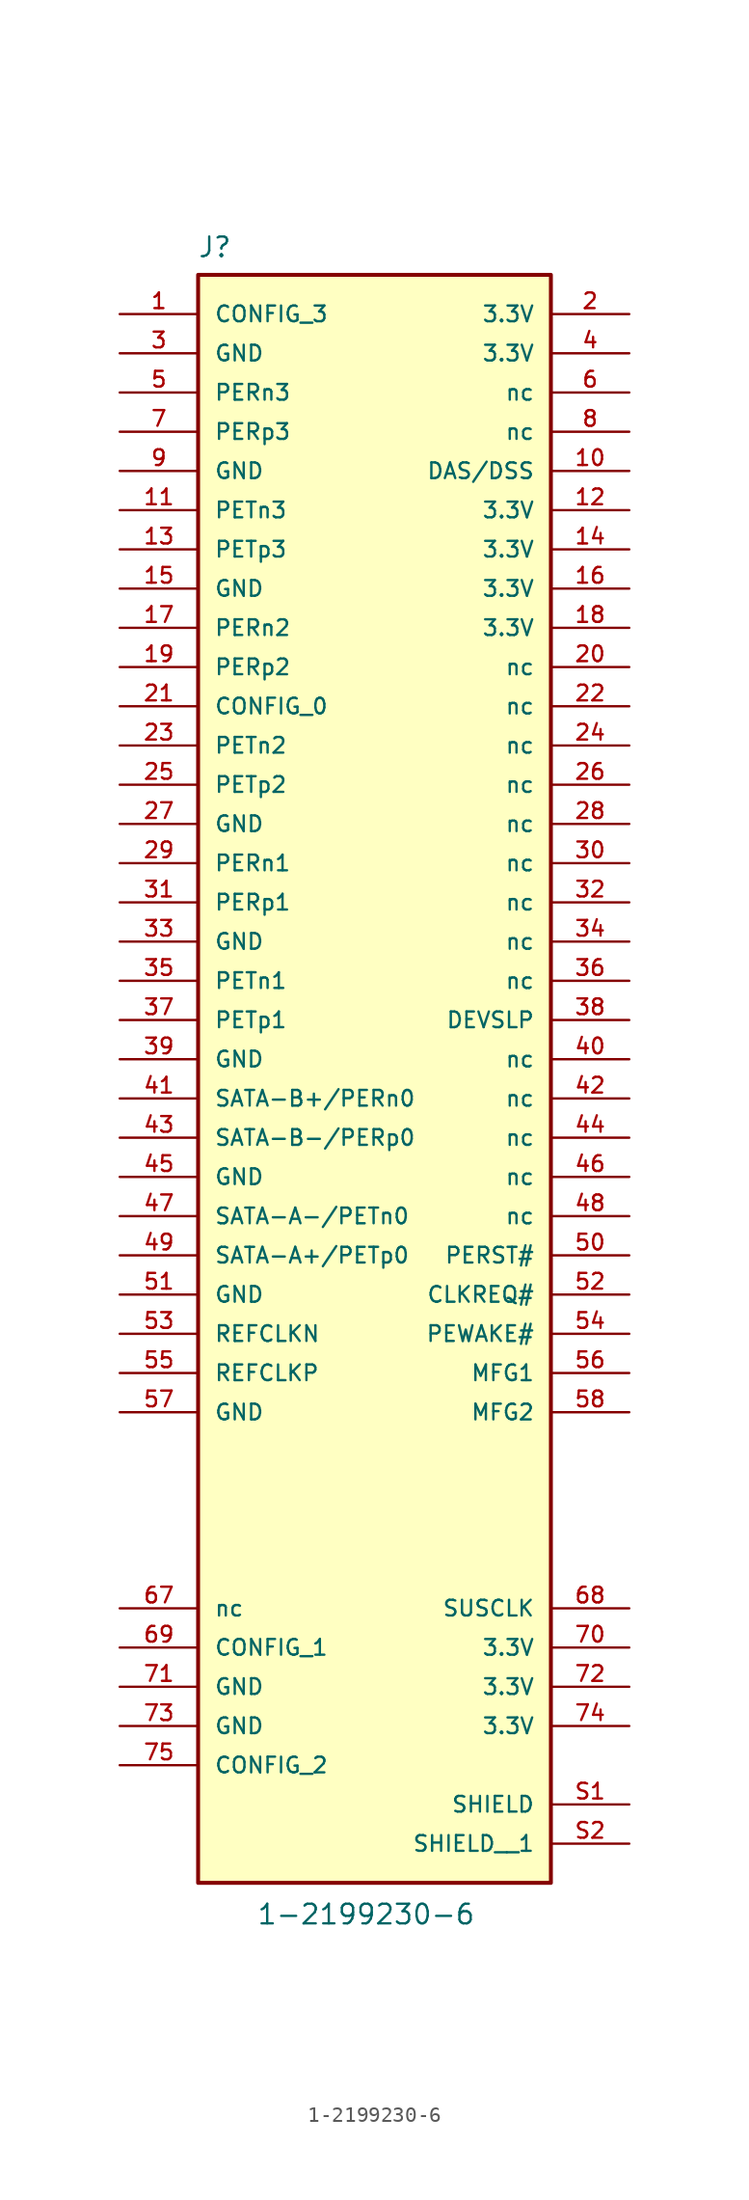
<source format=kicad_sym>
(kicad_symbol_lib
  (version 20231120)
  (generator "kicad_symbol_editor")
  (generator_version "8.0")
  (symbol "1-2199230-6"
    (pin_names
      (offset 1.016))
    (property "Reference" "J"
      (at -11.475 51.849 0)
      (effects (font (size 1.27 1.27)) (justify left bottom)))
    (property "Value" "1-2199230-6"
      (at -7.658 -56.124 0)
      (effects (font (size 1.27 1.27)) (justify left bottom)))
    (symbol "1-2199230-6_0_0"
      (rectangle (start -11.43 50.8) (end 11.43 -53.34) (stroke (width 0.254) (type default)) (fill (type background)))
      (pin passive line (at 16.51 -48.26 180) (length 5.08) (name "SHIELD" (effects (font (size 1.016 1.016)))) (number "S1" (effects (font (size 1.016 1.016)))))
      (pin passive line (at 16.51 -50.8 180) (length 5.08) (name "SHIELD__1" (effects (font (size 1.016 1.016)))) (number "S2" (effects (font (size 1.016 1.016))))))
    (symbol "1-2199230-6_1_0"
      (pin passive line (at -16.51 48.26 0) (length 5.08) (name "CONFIG_3" (effects (font (size 1.016 1.016)))) (number "1" (effects (font (size 1.016 1.016)))))
      (pin passive line (at 16.51 38.1 180) (length 5.08) (name "DAS/DSS" (effects (font (size 1.016 1.016)))) (number "10" (effects (font (size 1.016 1.016)))))
      (pin passive line (at -16.51 35.56 0) (length 5.08) (name "PETn3" (effects (font (size 1.016 1.016)))) (number "11" (effects (font (size 1.016 1.016)))))
      (pin passive line (at 16.51 35.56 180) (length 5.08) (name "3.3V" (effects (font (size 1.016 1.016)))) (number "12" (effects (font (size 1.016 1.016)))))
      (pin passive line (at -16.51 33.02 0) (length 5.08) (name "PETp3" (effects (font (size 1.016 1.016)))) (number "13" (effects (font (size 1.016 1.016)))))
      (pin passive line (at 16.51 33.02 180) (length 5.08) (name "3.3V" (effects (font (size 1.016 1.016)))) (number "14" (effects (font (size 1.016 1.016)))))
      (pin passive line (at -16.51 30.48 0) (length 5.08) (name "GND" (effects (font (size 1.016 1.016)))) (number "15" (effects (font (size 1.016 1.016)))))
      (pin passive line (at 16.51 30.48 180) (length 5.08) (name "3.3V" (effects (font (size 1.016 1.016)))) (number "16" (effects (font (size 1.016 1.016)))))
      (pin passive line (at -16.51 27.94 0) (length 5.08) (name "PERn2" (effects (font (size 1.016 1.016)))) (number "17" (effects (font (size 1.016 1.016)))))
      (pin passive line (at 16.51 27.94 180) (length 5.08) (name "3.3V" (effects (font (size 1.016 1.016)))) (number "18" (effects (font (size 1.016 1.016)))))
      (pin passive line (at -16.51 25.4 0) (length 5.08) (name "PERp2" (effects (font (size 1.016 1.016)))) (number "19" (effects (font (size 1.016 1.016)))))
      (pin passive line (at 16.51 48.26 180) (length 5.08) (name "3.3V" (effects (font (size 1.016 1.016)))) (number "2" (effects (font (size 1.016 1.016)))))
      (pin passive line (at 16.51 25.4 180) (length 5.08) (name "nc" (effects (font (size 1.016 1.016)))) (number "20" (effects (font (size 1.016 1.016)))))
      (pin passive line (at -16.51 22.86 0) (length 5.08) (name "CONFIG_0" (effects (font (size 1.016 1.016)))) (number "21" (effects (font (size 1.016 1.016)))))
      (pin passive line (at 16.51 22.86 180) (length 5.08) (name "nc" (effects (font (size 1.016 1.016)))) (number "22" (effects (font (size 1.016 1.016)))))
      (pin passive line (at -16.51 20.32 0) (length 5.08) (name "PETn2" (effects (font (size 1.016 1.016)))) (number "23" (effects (font (size 1.016 1.016)))))
      (pin passive line (at 16.51 20.32 180) (length 5.08) (name "nc" (effects (font (size 1.016 1.016)))) (number "24" (effects (font (size 1.016 1.016)))))
      (pin passive line (at -16.51 17.78 0) (length 5.08) (name "PETp2" (effects (font (size 1.016 1.016)))) (number "25" (effects (font (size 1.016 1.016)))))
      (pin passive line (at 16.51 17.78 180) (length 5.08) (name "nc" (effects (font (size 1.016 1.016)))) (number "26" (effects (font (size 1.016 1.016)))))
      (pin passive line (at -16.51 15.24 0) (length 5.08) (name "GND" (effects (font (size 1.016 1.016)))) (number "27" (effects (font (size 1.016 1.016)))))
      (pin passive line (at 16.51 15.24 180) (length 5.08) (name "nc" (effects (font (size 1.016 1.016)))) (number "28" (effects (font (size 1.016 1.016)))))
      (pin passive line (at -16.51 12.7 0) (length 5.08) (name "PERn1" (effects (font (size 1.016 1.016)))) (number "29" (effects (font (size 1.016 1.016)))))
      (pin passive line (at -16.51 45.72 0) (length 5.08) (name "GND" (effects (font (size 1.016 1.016)))) (number "3" (effects (font (size 1.016 1.016)))))
      (pin passive line (at 16.51 12.7 180) (length 5.08) (name "nc" (effects (font (size 1.016 1.016)))) (number "30" (effects (font (size 1.016 1.016)))))
      (pin passive line (at -16.51 10.16 0) (length 5.08) (name "PERp1" (effects (font (size 1.016 1.016)))) (number "31" (effects (font (size 1.016 1.016)))))
      (pin passive line (at 16.51 10.16 180) (length 5.08) (name "nc" (effects (font (size 1.016 1.016)))) (number "32" (effects (font (size 1.016 1.016)))))
      (pin passive line (at -16.51 7.62 0) (length 5.08) (name "GND" (effects (font (size 1.016 1.016)))) (number "33" (effects (font (size 1.016 1.016)))))
      (pin passive line (at 16.51 7.62 180) (length 5.08) (name "nc" (effects (font (size 1.016 1.016)))) (number "34" (effects (font (size 1.016 1.016)))))
      (pin passive line (at -16.51 5.08 0) (length 5.08) (name "PETn1" (effects (font (size 1.016 1.016)))) (number "35" (effects (font (size 1.016 1.016)))))
      (pin passive line (at 16.51 5.08 180) (length 5.08) (name "nc" (effects (font (size 1.016 1.016)))) (number "36" (effects (font (size 1.016 1.016)))))
      (pin passive line (at -16.51 2.54 0) (length 5.08) (name "PETp1" (effects (font (size 1.016 1.016)))) (number "37" (effects (font (size 1.016 1.016)))))
      (pin passive line (at 16.51 2.54 180) (length 5.08) (name "DEVSLP" (effects (font (size 1.016 1.016)))) (number "38" (effects (font (size 1.016 1.016)))))
      (pin passive line (at -16.51 0 0) (length 5.08) (name "GND" (effects (font (size 1.016 1.016)))) (number "39" (effects (font (size 1.016 1.016)))))
      (pin passive line (at 16.51 45.72 180) (length 5.08) (name "3.3V" (effects (font (size 1.016 1.016)))) (number "4" (effects (font (size 1.016 1.016)))))
      (pin passive line (at 16.51 0 180) (length 5.08) (name "nc" (effects (font (size 1.016 1.016)))) (number "40" (effects (font (size 1.016 1.016)))))
      (pin passive line (at -16.51 -2.54 0) (length 5.08) (name "SATA-B+/PERn0" (effects (font (size 1.016 1.016)))) (number "41" (effects (font (size 1.016 1.016)))))
      (pin passive line (at 16.51 -2.54 180) (length 5.08) (name "nc" (effects (font (size 1.016 1.016)))) (number "42" (effects (font (size 1.016 1.016)))))
      (pin passive line (at -16.51 -5.08 0) (length 5.08) (name "SATA-B-/PERp0" (effects (font (size 1.016 1.016)))) (number "43" (effects (font (size 1.016 1.016)))))
      (pin passive line (at 16.51 -5.08 180) (length 5.08) (name "nc" (effects (font (size 1.016 1.016)))) (number "44" (effects (font (size 1.016 1.016)))))
      (pin passive line (at -16.51 -7.62 0) (length 5.08) (name "GND" (effects (font (size 1.016 1.016)))) (number "45" (effects (font (size 1.016 1.016)))))
      (pin passive line (at 16.51 -7.62 180) (length 5.08) (name "nc" (effects (font (size 1.016 1.016)))) (number "46" (effects (font (size 1.016 1.016)))))
      (pin passive line (at -16.51 -10.16 0) (length 5.08) (name "SATA-A-/PETn0" (effects (font (size 1.016 1.016)))) (number "47" (effects (font (size 1.016 1.016)))))
      (pin passive line (at 16.51 -10.16 180) (length 5.08) (name "nc" (effects (font (size 1.016 1.016)))) (number "48" (effects (font (size 1.016 1.016)))))
      (pin passive line (at -16.51 -12.7 0) (length 5.08) (name "SATA-A+/PETp0" (effects (font (size 1.016 1.016)))) (number "49" (effects (font (size 1.016 1.016)))))
      (pin passive line (at -16.51 43.18 0) (length 5.08) (name "PERn3" (effects (font (size 1.016 1.016)))) (number "5" (effects (font (size 1.016 1.016)))))
      (pin passive line (at 16.51 -12.7 180) (length 5.08) (name "PERST#" (effects (font (size 1.016 1.016)))) (number "50" (effects (font (size 1.016 1.016)))))
      (pin passive line (at -16.51 -15.24 0) (length 5.08) (name "GND" (effects (font (size 1.016 1.016)))) (number "51" (effects (font (size 1.016 1.016)))))
      (pin passive line (at 16.51 -15.24 180) (length 5.08) (name "CLKREQ#" (effects (font (size 1.016 1.016)))) (number "52" (effects (font (size 1.016 1.016)))))
      (pin passive line (at -16.51 -17.78 0) (length 5.08) (name "REFCLKN" (effects (font (size 1.016 1.016)))) (number "53" (effects (font (size 1.016 1.016)))))
      (pin passive line (at 16.51 -17.78 180) (length 5.08) (name "PEWAKE#" (effects (font (size 1.016 1.016)))) (number "54" (effects (font (size 1.016 1.016)))))
      (pin passive line (at -16.51 -20.32 0) (length 5.08) (name "REFCLKP" (effects (font (size 1.016 1.016)))) (number "55" (effects (font (size 1.016 1.016)))))
      (pin passive line (at 16.51 -20.32 180) (length 5.08) (name "MFG1" (effects (font (size 1.016 1.016)))) (number "56" (effects (font (size 1.016 1.016)))))
      (pin passive line (at -16.51 -22.86 0) (length 5.08) (name "GND" (effects (font (size 1.016 1.016)))) (number "57" (effects (font (size 1.016 1.016)))))
      (pin passive line (at 16.51 -22.86 180) (length 5.08) (name "MFG2" (effects (font (size 1.016 1.016)))) (number "58" (effects (font (size 1.016 1.016)))))
      (pin passive line (at 16.51 43.18 180) (length 5.08) (name "nc" (effects (font (size 1.016 1.016)))) (number "6" (effects (font (size 1.016 1.016)))))
      (pin passive line (at -16.51 -35.56 0) (length 5.08) (name "nc" (effects (font (size 1.016 1.016)))) (number "67" (effects (font (size 1.016 1.016)))))
      (pin passive line (at 16.51 -35.56 180) (length 5.08) (name "SUSCLK" (effects (font (size 1.016 1.016)))) (number "68" (effects (font (size 1.016 1.016)))))
      (pin passive line (at -16.51 -38.1 0) (length 5.08) (name "CONFIG_1" (effects (font (size 1.016 1.016)))) (number "69" (effects (font (size 1.016 1.016)))))
      (pin passive line (at -16.51 40.64 0) (length 5.08) (name "PERp3" (effects (font (size 1.016 1.016)))) (number "7" (effects (font (size 1.016 1.016)))))
      (pin passive line (at 16.51 -38.1 180) (length 5.08) (name "3.3V" (effects (font (size 1.016 1.016)))) (number "70" (effects (font (size 1.016 1.016)))))
      (pin passive line (at -16.51 -40.64 0) (length 5.08) (name "GND" (effects (font (size 1.016 1.016)))) (number "71" (effects (font (size 1.016 1.016)))))
      (pin passive line (at 16.51 -40.64 180) (length 5.08) (name "3.3V" (effects (font (size 1.016 1.016)))) (number "72" (effects (font (size 1.016 1.016)))))
      (pin passive line (at -16.51 -43.18 0) (length 5.08) (name "GND" (effects (font (size 1.016 1.016)))) (number "73" (effects (font (size 1.016 1.016)))))
      (pin passive line (at 16.51 -43.18 180) (length 5.08) (name "3.3V" (effects (font (size 1.016 1.016)))) (number "74" (effects (font (size 1.016 1.016)))))
      (pin passive line (at -16.51 -45.72 0) (length 5.08) (name "CONFIG_2" (effects (font (size 1.016 1.016)))) (number "75" (effects (font (size 1.016 1.016)))))
      (pin passive line (at 16.51 40.64 180) (length 5.08) (name "nc" (effects (font (size 1.016 1.016)))) (number "8" (effects (font (size 1.016 1.016)))))
      (pin passive line (at -16.51 38.1 0) (length 5.08) (name "GND" (effects (font (size 1.016 1.016)))) (number "9" (effects (font (size 1.016 1.016))))))))
</source>
